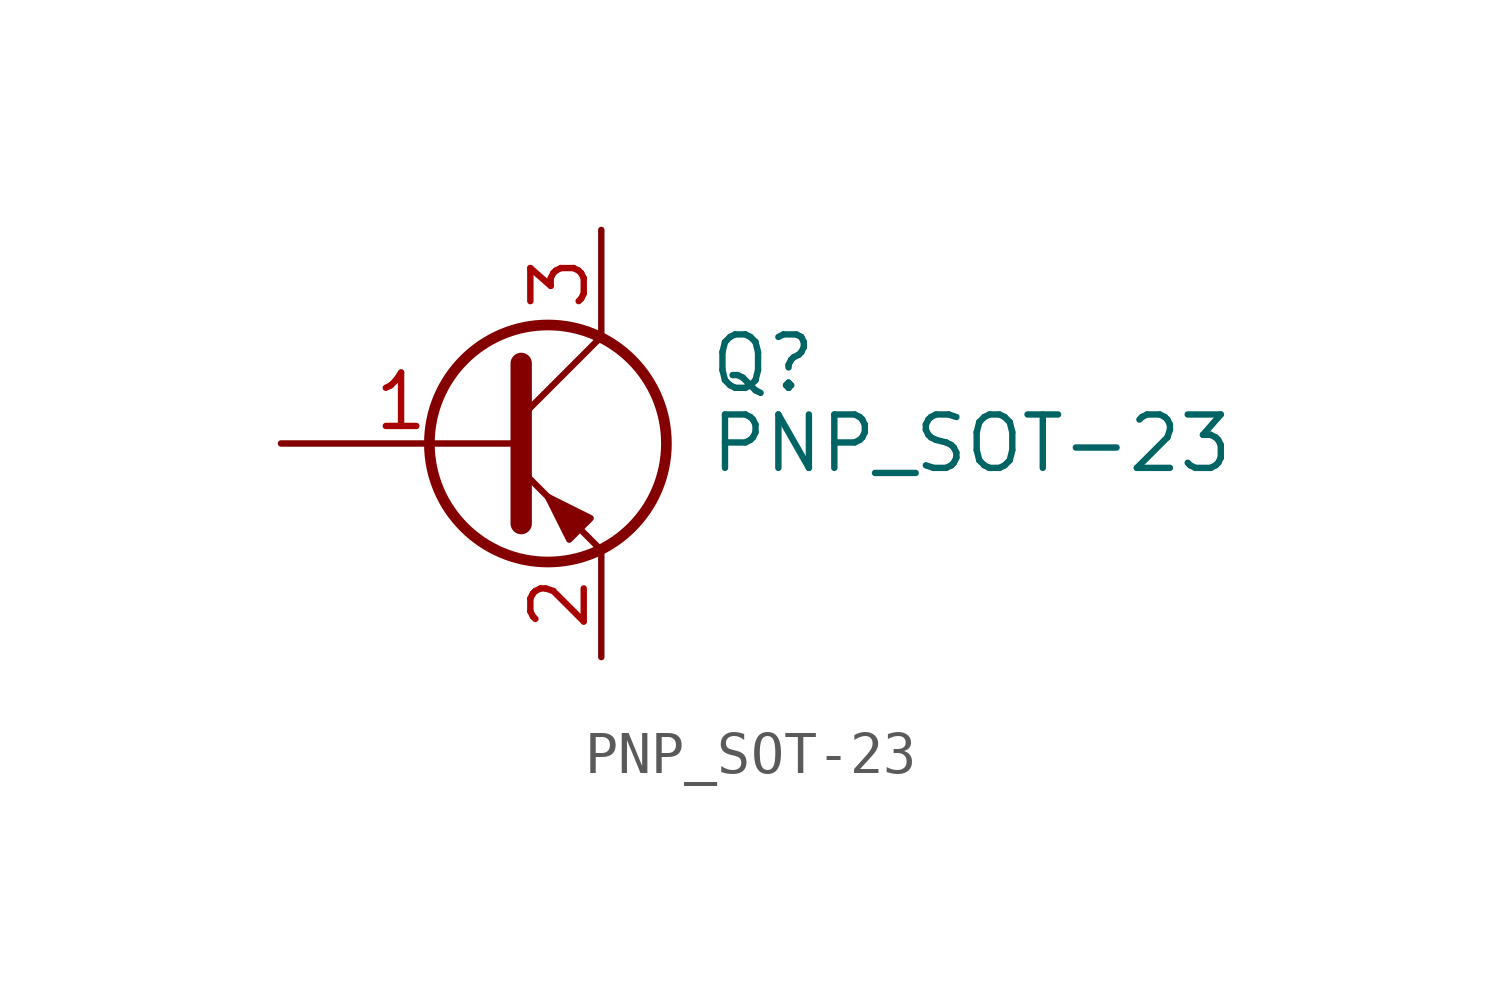
<source format=kicad_sym>
(kicad_symbol_lib
  (version 20211014)
  (generator kicad_symbol_editor)
  (symbol "PNP_SOT-23"
    (pin_names
      (offset 0) hide)
    (property "Reference" "Q"
      (at 5.08 1.905 0)
      (effects (font (size 1.27 1.27)) (justify left)))
    (property "Value" "PNP_SOT-23"
      (at 5.08 0 0)
      (effects (font (size 1.27 1.27)) (justify left)))
    (symbol "PNP_SOT-23_0_1"
      (polyline (pts (xy 0.635 0.635) (xy 2.54 2.54)) (stroke (width 0) (type default) (color 0 0 0 0)) (fill (type none)))
      (polyline (pts (xy 0.635 -0.635) (xy 2.54 -2.54) (xy 2.54 -2.54)) (stroke (width 0) (type default) (color 0 0 0 0)) (fill (type none)))
      (polyline (pts (xy 0.635 1.905) (xy 0.635 -1.905) (xy 0.635 -1.905)) (stroke (width 0.508) (type default) (color 0 0 0 0)) (fill (type none)))
      (polyline (pts (xy 2.286 -1.778) (xy 1.778 -2.286) (xy 1.27 -1.27) (xy 2.286 -1.778) (xy 2.286 -1.778)) (stroke (width 0) (type default) (color 0 0 0 0)) (fill (type outline)))
      (circle (center 1.27 0) (radius 2.819) (stroke (width 0.254) (type default) (color 0 0 0 0)) (fill (type none))))
    (symbol "PNP_SOT-23_1_1"
      (pin input line (at -5.08 0 0) (length 5.715) (name "B" (effects (font (size 1.27 1.27)))) (number "1" (effects (font (size 1.27 1.27)))))
      (pin passive line (at 2.54 -5.08 90) (length 2.54) (name "E" (effects (font (size 1.27 1.27)))) (number "2" (effects (font (size 1.27 1.27)))))
      (pin passive line (at 2.54 5.08 270) (length 2.54) (name "C" (effects (font (size 1.27 1.27)))) (number "3" (effects (font (size 1.27 1.27))))))))
</source>
